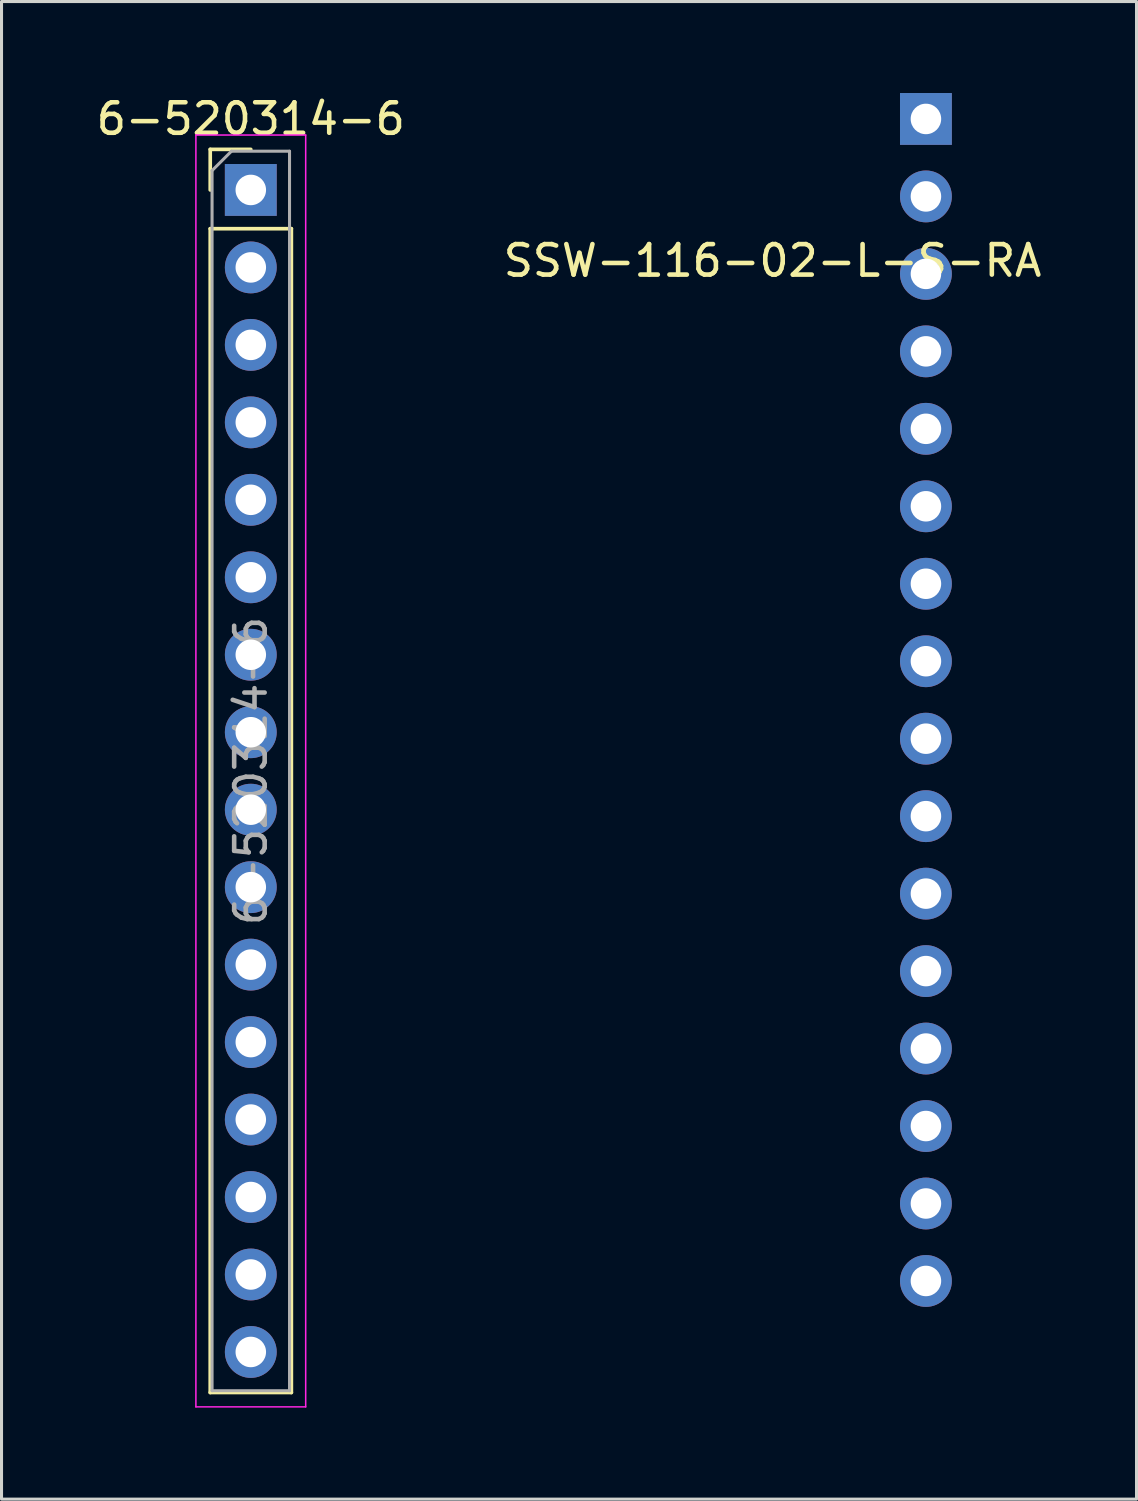
<source format=kicad_pcb>
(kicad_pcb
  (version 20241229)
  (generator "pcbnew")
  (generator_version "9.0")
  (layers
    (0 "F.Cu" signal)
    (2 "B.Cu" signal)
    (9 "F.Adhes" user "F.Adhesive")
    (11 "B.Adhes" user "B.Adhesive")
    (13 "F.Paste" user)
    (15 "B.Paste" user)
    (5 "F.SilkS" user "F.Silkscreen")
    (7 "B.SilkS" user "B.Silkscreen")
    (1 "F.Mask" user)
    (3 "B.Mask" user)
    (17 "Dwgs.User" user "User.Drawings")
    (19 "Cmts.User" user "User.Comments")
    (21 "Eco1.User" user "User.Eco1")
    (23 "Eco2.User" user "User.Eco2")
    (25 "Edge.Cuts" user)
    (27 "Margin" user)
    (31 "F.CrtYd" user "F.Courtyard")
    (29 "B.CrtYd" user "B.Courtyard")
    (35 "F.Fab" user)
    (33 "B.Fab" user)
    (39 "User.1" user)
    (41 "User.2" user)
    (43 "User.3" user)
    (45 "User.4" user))
  (footprint "SSW-116-02-L-S-RA"
    (layer "F.Cu")
    (at 27.309 0.85)
    (property "Reference" "SSW-116-02-L-S-RA" (at -5.029 4.648 180) (layer "F.SilkS") (effects (font (size 1 1) (thickness 0.15))))
    (attr through_hole)
    (pad "1" thru_hole rect (at 0 0) (size 1.7 1.7) (drill 1) (layers "*.Cu" "*.Mask"))
    (pad "2" thru_hole oval (at 0 2.54) (size 1.7 1.7) (drill 1) (layers "*.Cu" "*.Mask"))
    (pad "3" thru_hole oval (at 0 5.08) (size 1.7 1.7) (drill 1) (layers "*.Cu" "*.Mask"))
    (pad "4" thru_hole oval (at 0 7.62) (size 1.7 1.7) (drill 1) (layers "*.Cu" "*.Mask"))
    (pad "5" thru_hole oval (at 0 10.16) (size 1.7 1.7) (drill 1) (layers "*.Cu" "*.Mask"))
    (pad "6" thru_hole oval (at 0 12.7) (size 1.7 1.7) (drill 1) (layers "*.Cu" "*.Mask"))
    (pad "7" thru_hole oval (at 0 15.24) (size 1.7 1.7) (drill 1) (layers "*.Cu" "*.Mask"))
    (pad "8" thru_hole oval (at 0 17.78) (size 1.7 1.7) (drill 1) (layers "*.Cu" "*.Mask"))
    (pad "9" thru_hole oval (at 0 20.32) (size 1.7 1.7) (drill 1) (layers "*.Cu" "*.Mask"))
    (pad "10" thru_hole oval (at 0 22.86) (size 1.7 1.7) (drill 1) (layers "*.Cu" "*.Mask"))
    (pad "11" thru_hole oval (at 0 25.4) (size 1.7 1.7) (drill 1) (layers "*.Cu" "*.Mask"))
    (pad "12" thru_hole oval (at 0 27.94) (size 1.7 1.7) (drill 1) (layers "*.Cu" "*.Mask"))
    (pad "13" thru_hole oval (at 0 30.48) (size 1.7 1.7) (drill 1) (layers "*.Cu" "*.Mask"))
    (pad "14" thru_hole oval (at 0 33.02) (size 1.7 1.7) (drill 1) (layers "*.Cu" "*.Mask"))
    (pad "15" thru_hole oval (at 0 35.56) (size 1.7 1.7) (drill 1) (layers "*.Cu" "*.Mask"))
    (pad "16" thru_hole oval (at 0 38.1) (size 1.7 1.7) (drill 1) (layers "*.Cu" "*.Mask")))
  (footprint "6-520314-6"
    (layer "F.Cu")
    (at 5.173 3.178)
    (property "Reference" "6-520314-6" (at 0 -2.33 0) (layer "F.SilkS") (effects (font (size 1 1) (thickness 0.15))))
    (attr through_hole)
    (fp_line (start -1.33 -1.33) (end 0 -1.33) (stroke (width 0.12) (type solid)) (layer "F.SilkS"))
    (fp_line (start -1.33 0) (end -1.33 -1.33) (stroke (width 0.12) (type solid)) (layer "F.SilkS"))
    (fp_line (start -1.33 1.27) (end -1.33 39.43) (stroke (width 0.12) (type solid)) (layer "F.SilkS"))
    (fp_line (start -1.33 1.27) (end 1.33 1.27) (stroke (width 0.12) (type solid)) (layer "F.SilkS"))
    (fp_line (start -1.33 39.43) (end 1.33 39.43) (stroke (width 0.12) (type solid)) (layer "F.SilkS"))
    (fp_line (start 1.33 1.27) (end 1.33 39.43) (stroke (width 0.12) (type solid)) (layer "F.SilkS"))
    (fp_line (start -1.8 -1.8) (end -1.8 39.9) (stroke (width 0.05) (type solid)) (layer "F.CrtYd"))
    (fp_line (start -1.8 39.9) (end 1.8 39.9) (stroke (width 0.05) (type solid)) (layer "F.CrtYd"))
    (fp_line (start 1.8 -1.8) (end -1.8 -1.8) (stroke (width 0.05) (type solid)) (layer "F.CrtYd"))
    (fp_line (start 1.8 39.9) (end 1.8 -1.8) (stroke (width 0.05) (type solid)) (layer "F.CrtYd"))
    (fp_line (start -1.27 -0.635) (end -0.635 -1.27) (stroke (width 0.1) (type solid)) (layer "F.Fab"))
    (fp_line (start -1.27 39.37) (end -1.27 -0.635) (stroke (width 0.1) (type solid)) (layer "F.Fab"))
    (fp_line (start -0.635 -1.27) (end 1.27 -1.27) (stroke (width 0.1) (type solid)) (layer "F.Fab"))
    (fp_line (start 1.27 -1.27) (end 1.27 39.37) (stroke (width 0.1) (type solid)) (layer "F.Fab"))
    (fp_line (start 1.27 39.37) (end -1.27 39.37) (stroke (width 0.1) (type solid)) (layer "F.Fab"))
    (fp_text user "${REFERENCE}" (at 0 19.05 90) (layer "F.Fab") (effects (font (size 1 1) (thickness 0.15))))
    (pad "1" thru_hole rect (at 0 0) (size 1.7 1.7) (drill 1) (layers "*.Cu" "*.Mask"))
    (pad "2" thru_hole oval (at 0 2.54) (size 1.7 1.7) (drill 1) (layers "*.Cu" "*.Mask"))
    (pad "3" thru_hole oval (at 0 5.08) (size 1.7 1.7) (drill 1) (layers "*.Cu" "*.Mask"))
    (pad "4" thru_hole oval (at 0 7.62) (size 1.7 1.7) (drill 1) (layers "*.Cu" "*.Mask"))
    (pad "5" thru_hole oval (at 0 10.16) (size 1.7 1.7) (drill 1) (layers "*.Cu" "*.Mask"))
    (pad "6" thru_hole oval (at 0 12.7) (size 1.7 1.7) (drill 1) (layers "*.Cu" "*.Mask"))
    (pad "7" thru_hole oval (at 0 15.24) (size 1.7 1.7) (drill 1) (layers "*.Cu" "*.Mask"))
    (pad "8" thru_hole oval (at 0 17.78) (size 1.7 1.7) (drill 1) (layers "*.Cu" "*.Mask"))
    (pad "9" thru_hole oval (at 0 20.32) (size 1.7 1.7) (drill 1) (layers "*.Cu" "*.Mask"))
    (pad "10" thru_hole oval (at 0 22.86) (size 1.7 1.7) (drill 1) (layers "*.Cu" "*.Mask"))
    (pad "11" thru_hole oval (at 0 25.4) (size 1.7 1.7) (drill 1) (layers "*.Cu" "*.Mask"))
    (pad "12" thru_hole oval (at 0 27.94) (size 1.7 1.7) (drill 1) (layers "*.Cu" "*.Mask"))
    (pad "13" thru_hole oval (at 0 30.48) (size 1.7 1.7) (drill 1) (layers "*.Cu" "*.Mask"))
    (pad "14" thru_hole oval (at 0 33.02) (size 1.7 1.7) (drill 1) (layers "*.Cu" "*.Mask"))
    (pad "15" thru_hole oval (at 0 35.56) (size 1.7 1.7) (drill 1) (layers "*.Cu" "*.Mask"))
    (pad "16" thru_hole oval (at 0 38.1) (size 1.7 1.7) (drill 1) (layers "*.Cu" "*.Mask")))
  (gr_rect
    (start -3 -3)
    (end 34.214 46.103)
    (stroke (width 0.1) (type default))
    (fill no)
    (layer "Edge.Cuts")))
</source>
